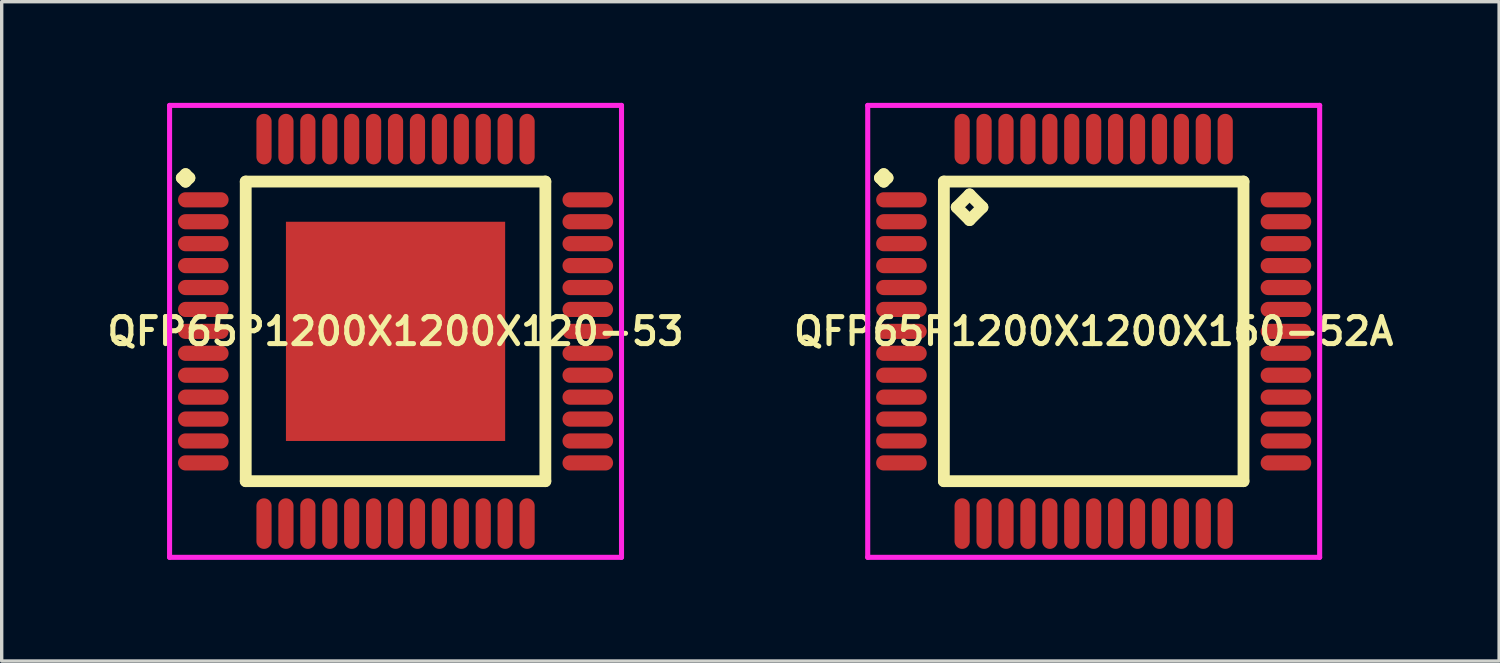
<source format=kicad_pcb>
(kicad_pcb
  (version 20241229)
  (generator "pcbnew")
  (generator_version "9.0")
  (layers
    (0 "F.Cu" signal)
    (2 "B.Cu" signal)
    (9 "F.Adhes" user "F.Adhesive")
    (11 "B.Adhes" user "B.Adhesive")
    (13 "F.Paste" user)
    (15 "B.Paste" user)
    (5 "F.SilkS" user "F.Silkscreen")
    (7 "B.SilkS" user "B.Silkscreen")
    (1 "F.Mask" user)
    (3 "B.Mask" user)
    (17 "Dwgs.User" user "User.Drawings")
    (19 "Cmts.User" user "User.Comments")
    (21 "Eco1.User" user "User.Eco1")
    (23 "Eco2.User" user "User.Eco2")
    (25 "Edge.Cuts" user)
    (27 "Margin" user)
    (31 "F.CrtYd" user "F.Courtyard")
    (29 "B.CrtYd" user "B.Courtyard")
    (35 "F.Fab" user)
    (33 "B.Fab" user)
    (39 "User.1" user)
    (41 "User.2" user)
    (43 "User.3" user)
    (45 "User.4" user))
  (footprint "QFP65P1200X1200X120-53"
    (layer "F.Cu")
    (at 8.678 6.775)
    (property "Reference" "QFP65P1200X1200X120-53" (at 0 0 0) (layer "F.SilkS") (effects (font (size 0.8 0.8) (thickness 0.15))))
    (attr smd)
    (fp_line (start -6.338 -4.55) (end -6.225 -4.662) (stroke (width 0.35) (type solid)) (layer "F.SilkS"))
    (fp_line (start -6.225 -4.662) (end -6.112 -4.55) (stroke (width 0.35) (type solid)) (layer "F.SilkS"))
    (fp_line (start -6.225 -4.438) (end -6.338 -4.55) (stroke (width 0.35) (type solid)) (layer "F.SilkS"))
    (fp_line (start -6.112 -4.55) (end -6.225 -4.438) (stroke (width 0.35) (type solid)) (layer "F.SilkS"))
    (fp_line (start -4.442 -4.442) (end -4.442 4.442) (stroke (width 0.35) (type solid)) (layer "F.SilkS"))
    (fp_line (start -4.442 4.442) (end 4.442 4.442) (stroke (width 0.35) (type solid)) (layer "F.SilkS"))
    (fp_line (start 4.442 -4.442) (end -4.442 -4.442) (stroke (width 0.35) (type solid)) (layer "F.SilkS"))
    (fp_line (start 4.442 4.442) (end 4.442 -4.442) (stroke (width 0.35) (type solid)) (layer "F.SilkS"))
    (fp_line (start -6.7 -6.7) (end 6.7 -6.7) (stroke (width 0.15) (type solid)) (layer "F.CrtYd"))
    (fp_line (start -6.7 6.7) (end -6.7 -6.7) (stroke (width 0.15) (type solid)) (layer "F.CrtYd"))
    (fp_line (start 6.7 -6.7) (end 6.7 6.7) (stroke (width 0.15) (type solid)) (layer "F.CrtYd"))
    (fp_line (start 6.7 6.7) (end -6.7 6.7) (stroke (width 0.15) (type solid)) (layer "F.CrtYd"))
    (pad "1" smd oval (at -5.7 -3.9) (size 1.5 0.45) (layers "F.Cu" "F.Mask" "F.Paste"))
    (pad "2" smd oval (at -5.7 -3.25) (size 1.5 0.45) (layers "F.Cu" "F.Mask" "F.Paste"))
    (pad "3" smd oval (at -5.7 -2.6) (size 1.5 0.45) (layers "F.Cu" "F.Mask" "F.Paste"))
    (pad "4" smd oval (at -5.7 -1.95) (size 1.5 0.45) (layers "F.Cu" "F.Mask" "F.Paste"))
    (pad "5" smd oval (at -5.7 -1.3) (size 1.5 0.45) (layers "F.Cu" "F.Mask" "F.Paste"))
    (pad "6" smd oval (at -5.7 -0.65) (size 1.5 0.45) (layers "F.Cu" "F.Mask" "F.Paste"))
    (pad "7" smd oval (at -5.7 0) (size 1.5 0.45) (layers "F.Cu" "F.Mask" "F.Paste"))
    (pad "8" smd oval (at -5.7 0.65) (size 1.5 0.45) (layers "F.Cu" "F.Mask" "F.Paste"))
    (pad "9" smd oval (at -5.7 1.3) (size 1.5 0.45) (layers "F.Cu" "F.Mask" "F.Paste"))
    (pad "10" smd oval (at -5.7 1.95) (size 1.5 0.45) (layers "F.Cu" "F.Mask" "F.Paste"))
    (pad "11" smd oval (at -5.7 2.6) (size 1.5 0.45) (layers "F.Cu" "F.Mask" "F.Paste"))
    (pad "12" smd oval (at -5.7 3.25) (size 1.5 0.45) (layers "F.Cu" "F.Mask" "F.Paste"))
    (pad "13" smd oval (at -5.7 3.9) (size 1.5 0.45) (layers "F.Cu" "F.Mask" "F.Paste"))
    (pad "14" smd oval (at -3.9 5.7) (size 0.45 1.5) (layers "F.Cu" "F.Mask" "F.Paste"))
    (pad "15" smd oval (at -3.25 5.7) (size 0.45 1.5) (layers "F.Cu" "F.Mask" "F.Paste"))
    (pad "16" smd oval (at -2.6 5.7) (size 0.45 1.5) (layers "F.Cu" "F.Mask" "F.Paste"))
    (pad "17" smd oval (at -1.95 5.7) (size 0.45 1.5) (layers "F.Cu" "F.Mask" "F.Paste"))
    (pad "18" smd oval (at -1.3 5.7) (size 0.45 1.5) (layers "F.Cu" "F.Mask" "F.Paste"))
    (pad "19" smd oval (at -0.65 5.7) (size 0.45 1.5) (layers "F.Cu" "F.Mask" "F.Paste"))
    (pad "20" smd oval (at 0 5.7) (size 0.45 1.5) (layers "F.Cu" "F.Mask" "F.Paste"))
    (pad "21" smd oval (at 0.65 5.7) (size 0.45 1.5) (layers "F.Cu" "F.Mask" "F.Paste"))
    (pad "22" smd oval (at 1.3 5.7) (size 0.45 1.5) (layers "F.Cu" "F.Mask" "F.Paste"))
    (pad "23" smd oval (at 1.95 5.7) (size 0.45 1.5) (layers "F.Cu" "F.Mask" "F.Paste"))
    (pad "24" smd oval (at 2.6 5.7) (size 0.45 1.5) (layers "F.Cu" "F.Mask" "F.Paste"))
    (pad "25" smd oval (at 3.25 5.7) (size 0.45 1.5) (layers "F.Cu" "F.Mask" "F.Paste"))
    (pad "26" smd oval (at 3.9 5.7) (size 0.45 1.5) (layers "F.Cu" "F.Mask" "F.Paste"))
    (pad "27" smd oval (at 5.7 3.9) (size 1.5 0.45) (layers "F.Cu" "F.Mask" "F.Paste"))
    (pad "28" smd oval (at 5.7 3.25) (size 1.5 0.45) (layers "F.Cu" "F.Mask" "F.Paste"))
    (pad "29" smd oval (at 5.7 2.6) (size 1.5 0.45) (layers "F.Cu" "F.Mask" "F.Paste"))
    (pad "30" smd oval (at 5.7 1.95) (size 1.5 0.45) (layers "F.Cu" "F.Mask" "F.Paste"))
    (pad "31" smd oval (at 5.7 1.3) (size 1.5 0.45) (layers "F.Cu" "F.Mask" "F.Paste"))
    (pad "32" smd oval (at 5.7 0.65) (size 1.5 0.45) (layers "F.Cu" "F.Mask" "F.Paste"))
    (pad "33" smd oval (at 5.7 0) (size 1.5 0.45) (layers "F.Cu" "F.Mask" "F.Paste"))
    (pad "34" smd oval (at 5.7 -0.65) (size 1.5 0.45) (layers "F.Cu" "F.Mask" "F.Paste"))
    (pad "35" smd oval (at 5.7 -1.3) (size 1.5 0.45) (layers "F.Cu" "F.Mask" "F.Paste"))
    (pad "36" smd oval (at 5.7 -1.95) (size 1.5 0.45) (layers "F.Cu" "F.Mask" "F.Paste"))
    (pad "37" smd oval (at 5.7 -2.6) (size 1.5 0.45) (layers "F.Cu" "F.Mask" "F.Paste"))
    (pad "38" smd oval (at 5.7 -3.25) (size 1.5 0.45) (layers "F.Cu" "F.Mask" "F.Paste"))
    (pad "39" smd oval (at 5.7 -3.9) (size 1.5 0.45) (layers "F.Cu" "F.Mask" "F.Paste"))
    (pad "40" smd oval (at 3.9 -5.7) (size 0.45 1.5) (layers "F.Cu" "F.Mask" "F.Paste"))
    (pad "41" smd oval (at 3.25 -5.7) (size 0.45 1.5) (layers "F.Cu" "F.Mask" "F.Paste"))
    (pad "42" smd oval (at 2.6 -5.7) (size 0.45 1.5) (layers "F.Cu" "F.Mask" "F.Paste"))
    (pad "43" smd oval (at 1.95 -5.7) (size 0.45 1.5) (layers "F.Cu" "F.Mask" "F.Paste"))
    (pad "44" smd oval (at 1.3 -5.7) (size 0.45 1.5) (layers "F.Cu" "F.Mask" "F.Paste"))
    (pad "45" smd oval (at 0.65 -5.7) (size 0.45 1.5) (layers "F.Cu" "F.Mask" "F.Paste"))
    (pad "46" smd oval (at 0 -5.7) (size 0.45 1.5) (layers "F.Cu" "F.Mask" "F.Paste"))
    (pad "47" smd oval (at -0.65 -5.7) (size 0.45 1.5) (layers "F.Cu" "F.Mask" "F.Paste"))
    (pad "48" smd oval (at -1.3 -5.7) (size 0.45 1.5) (layers "F.Cu" "F.Mask" "F.Paste"))
    (pad "49" smd oval (at -1.95 -5.7) (size 0.45 1.5) (layers "F.Cu" "F.Mask" "F.Paste"))
    (pad "50" smd oval (at -2.6 -5.7) (size 0.45 1.5) (layers "F.Cu" "F.Mask" "F.Paste"))
    (pad "51" smd oval (at -3.25 -5.7) (size 0.45 1.5) (layers "F.Cu" "F.Mask" "F.Paste"))
    (pad "52" smd oval (at -3.9 -5.7) (size 0.45 1.5) (layers "F.Cu" "F.Mask" "F.Paste"))
    (pad "53" smd rect (at 0 0) (size 6.5 6.5) (layers "F.Cu" "F.Mask" "F.Paste")))
  (footprint "QFP65P1200X1200X160-52A"
    (layer "F.Cu")
    (at 29.378 6.775)
    (property "Reference" "QFP65P1200X1200X160-52A" (at 0 0 0) (layer "F.SilkS") (effects (font (size 0.8 0.8) (thickness 0.15))))
    (attr smd)
    (fp_line (start -6.338 -4.55) (end -6.225 -4.662) (stroke (width 0.35) (type solid)) (layer "F.SilkS"))
    (fp_line (start -6.225 -4.662) (end -6.112 -4.55) (stroke (width 0.35) (type solid)) (layer "F.SilkS"))
    (fp_line (start -6.225 -4.438) (end -6.338 -4.55) (stroke (width 0.35) (type solid)) (layer "F.SilkS"))
    (fp_line (start -6.112 -4.55) (end -6.225 -4.438) (stroke (width 0.35) (type solid)) (layer "F.SilkS"))
    (fp_line (start -4.442 -4.442) (end -4.442 4.442) (stroke (width 0.35) (type solid)) (layer "F.SilkS"))
    (fp_line (start -4.442 4.442) (end 4.442 4.442) (stroke (width 0.35) (type solid)) (layer "F.SilkS"))
    (fp_line (start -4.061 -3.68) (end -3.68 -4.061) (stroke (width 0.35) (type solid)) (layer "F.SilkS"))
    (fp_line (start -3.68 -4.061) (end -3.299 -3.68) (stroke (width 0.35) (type solid)) (layer "F.SilkS"))
    (fp_line (start -3.68 -3.299) (end -4.061 -3.68) (stroke (width 0.35) (type solid)) (layer "F.SilkS"))
    (fp_line (start -3.299 -3.68) (end -3.68 -3.299) (stroke (width 0.35) (type solid)) (layer "F.SilkS"))
    (fp_line (start 4.442 -4.442) (end -4.442 -4.442) (stroke (width 0.35) (type solid)) (layer "F.SilkS"))
    (fp_line (start 4.442 4.442) (end 4.442 -4.442) (stroke (width 0.35) (type solid)) (layer "F.SilkS"))
    (fp_line (start -6.7 -6.7) (end 6.7 -6.7) (stroke (width 0.15) (type solid)) (layer "F.CrtYd"))
    (fp_line (start -6.7 6.7) (end -6.7 -6.7) (stroke (width 0.15) (type solid)) (layer "F.CrtYd"))
    (fp_line (start 6.7 -6.7) (end 6.7 6.7) (stroke (width 0.15) (type solid)) (layer "F.CrtYd"))
    (fp_line (start 6.7 6.7) (end -6.7 6.7) (stroke (width 0.15) (type solid)) (layer "F.CrtYd"))
    (pad "1" smd oval (at -5.7 -3.9) (size 1.5 0.45) (layers "F.Cu" "F.Mask" "F.Paste"))
    (pad "2" smd oval (at -5.7 -3.25) (size 1.5 0.45) (layers "F.Cu" "F.Mask" "F.Paste"))
    (pad "3" smd oval (at -5.7 -2.6) (size 1.5 0.45) (layers "F.Cu" "F.Mask" "F.Paste"))
    (pad "4" smd oval (at -5.7 -1.95) (size 1.5 0.45) (layers "F.Cu" "F.Mask" "F.Paste"))
    (pad "5" smd oval (at -5.7 -1.3) (size 1.5 0.45) (layers "F.Cu" "F.Mask" "F.Paste"))
    (pad "6" smd oval (at -5.7 -0.65) (size 1.5 0.45) (layers "F.Cu" "F.Mask" "F.Paste"))
    (pad "7" smd oval (at -5.7 0) (size 1.5 0.45) (layers "F.Cu" "F.Mask" "F.Paste"))
    (pad "8" smd oval (at -5.7 0.65) (size 1.5 0.45) (layers "F.Cu" "F.Mask" "F.Paste"))
    (pad "9" smd oval (at -5.7 1.3) (size 1.5 0.45) (layers "F.Cu" "F.Mask" "F.Paste"))
    (pad "10" smd oval (at -5.7 1.95) (size 1.5 0.45) (layers "F.Cu" "F.Mask" "F.Paste"))
    (pad "11" smd oval (at -5.7 2.6) (size 1.5 0.45) (layers "F.Cu" "F.Mask" "F.Paste"))
    (pad "12" smd oval (at -5.7 3.25) (size 1.5 0.45) (layers "F.Cu" "F.Mask" "F.Paste"))
    (pad "13" smd oval (at -5.7 3.9) (size 1.5 0.45) (layers "F.Cu" "F.Mask" "F.Paste"))
    (pad "14" smd oval (at -3.9 5.7) (size 0.45 1.5) (layers "F.Cu" "F.Mask" "F.Paste"))
    (pad "15" smd oval (at -3.25 5.7) (size 0.45 1.5) (layers "F.Cu" "F.Mask" "F.Paste"))
    (pad "16" smd oval (at -2.6 5.7) (size 0.45 1.5) (layers "F.Cu" "F.Mask" "F.Paste"))
    (pad "17" smd oval (at -1.95 5.7) (size 0.45 1.5) (layers "F.Cu" "F.Mask" "F.Paste"))
    (pad "18" smd oval (at -1.3 5.7) (size 0.45 1.5) (layers "F.Cu" "F.Mask" "F.Paste"))
    (pad "19" smd oval (at -0.65 5.7) (size 0.45 1.5) (layers "F.Cu" "F.Mask" "F.Paste"))
    (pad "20" smd oval (at 0 5.7) (size 0.45 1.5) (layers "F.Cu" "F.Mask" "F.Paste"))
    (pad "21" smd oval (at 0.65 5.7) (size 0.45 1.5) (layers "F.Cu" "F.Mask" "F.Paste"))
    (pad "22" smd oval (at 1.3 5.7) (size 0.45 1.5) (layers "F.Cu" "F.Mask" "F.Paste"))
    (pad "23" smd oval (at 1.95 5.7) (size 0.45 1.5) (layers "F.Cu" "F.Mask" "F.Paste"))
    (pad "24" smd oval (at 2.6 5.7) (size 0.45 1.5) (layers "F.Cu" "F.Mask" "F.Paste"))
    (pad "25" smd oval (at 3.25 5.7) (size 0.45 1.5) (layers "F.Cu" "F.Mask" "F.Paste"))
    (pad "26" smd oval (at 3.9 5.7) (size 0.45 1.5) (layers "F.Cu" "F.Mask" "F.Paste"))
    (pad "27" smd oval (at 5.7 3.9) (size 1.5 0.45) (layers "F.Cu" "F.Mask" "F.Paste"))
    (pad "28" smd oval (at 5.7 3.25) (size 1.5 0.45) (layers "F.Cu" "F.Mask" "F.Paste"))
    (pad "29" smd oval (at 5.7 2.6) (size 1.5 0.45) (layers "F.Cu" "F.Mask" "F.Paste"))
    (pad "30" smd oval (at 5.7 1.95) (size 1.5 0.45) (layers "F.Cu" "F.Mask" "F.Paste"))
    (pad "31" smd oval (at 5.7 1.3) (size 1.5 0.45) (layers "F.Cu" "F.Mask" "F.Paste"))
    (pad "32" smd oval (at 5.7 0.65) (size 1.5 0.45) (layers "F.Cu" "F.Mask" "F.Paste"))
    (pad "33" smd oval (at 5.7 0) (size 1.5 0.45) (layers "F.Cu" "F.Mask" "F.Paste"))
    (pad "34" smd oval (at 5.7 -0.65) (size 1.5 0.45) (layers "F.Cu" "F.Mask" "F.Paste"))
    (pad "35" smd oval (at 5.7 -1.3) (size 1.5 0.45) (layers "F.Cu" "F.Mask" "F.Paste"))
    (pad "36" smd oval (at 5.7 -1.95) (size 1.5 0.45) (layers "F.Cu" "F.Mask" "F.Paste"))
    (pad "37" smd oval (at 5.7 -2.6) (size 1.5 0.45) (layers "F.Cu" "F.Mask" "F.Paste"))
    (pad "38" smd oval (at 5.7 -3.25) (size 1.5 0.45) (layers "F.Cu" "F.Mask" "F.Paste"))
    (pad "39" smd oval (at 5.7 -3.9) (size 1.5 0.45) (layers "F.Cu" "F.Mask" "F.Paste"))
    (pad "40" smd oval (at 3.9 -5.7) (size 0.45 1.5) (layers "F.Cu" "F.Mask" "F.Paste"))
    (pad "41" smd oval (at 3.25 -5.7) (size 0.45 1.5) (layers "F.Cu" "F.Mask" "F.Paste"))
    (pad "42" smd oval (at 2.6 -5.7) (size 0.45 1.5) (layers "F.Cu" "F.Mask" "F.Paste"))
    (pad "43" smd oval (at 1.95 -5.7) (size 0.45 1.5) (layers "F.Cu" "F.Mask" "F.Paste"))
    (pad "44" smd oval (at 1.3 -5.7) (size 0.45 1.5) (layers "F.Cu" "F.Mask" "F.Paste"))
    (pad "45" smd oval (at 0.65 -5.7) (size 0.45 1.5) (layers "F.Cu" "F.Mask" "F.Paste"))
    (pad "46" smd oval (at 0 -5.7) (size 0.45 1.5) (layers "F.Cu" "F.Mask" "F.Paste"))
    (pad "47" smd oval (at -0.65 -5.7) (size 0.45 1.5) (layers "F.Cu" "F.Mask" "F.Paste"))
    (pad "48" smd oval (at -1.3 -5.7) (size 0.45 1.5) (layers "F.Cu" "F.Mask" "F.Paste"))
    (pad "49" smd oval (at -1.95 -5.7) (size 0.45 1.5) (layers "F.Cu" "F.Mask" "F.Paste"))
    (pad "50" smd oval (at -2.6 -5.7) (size 0.45 1.5) (layers "F.Cu" "F.Mask" "F.Paste"))
    (pad "51" smd oval (at -3.25 -5.7) (size 0.45 1.5) (layers "F.Cu" "F.Mask" "F.Paste"))
    (pad "52" smd oval (at -3.9 -5.7) (size 0.45 1.5) (layers "F.Cu" "F.Mask" "F.Paste")))
  (gr_rect
    (start -3 -3)
    (end 41.399 16.55)
    (stroke (width 0.1) (type default))
    (fill no)
    (layer "Edge.Cuts")))
</source>
